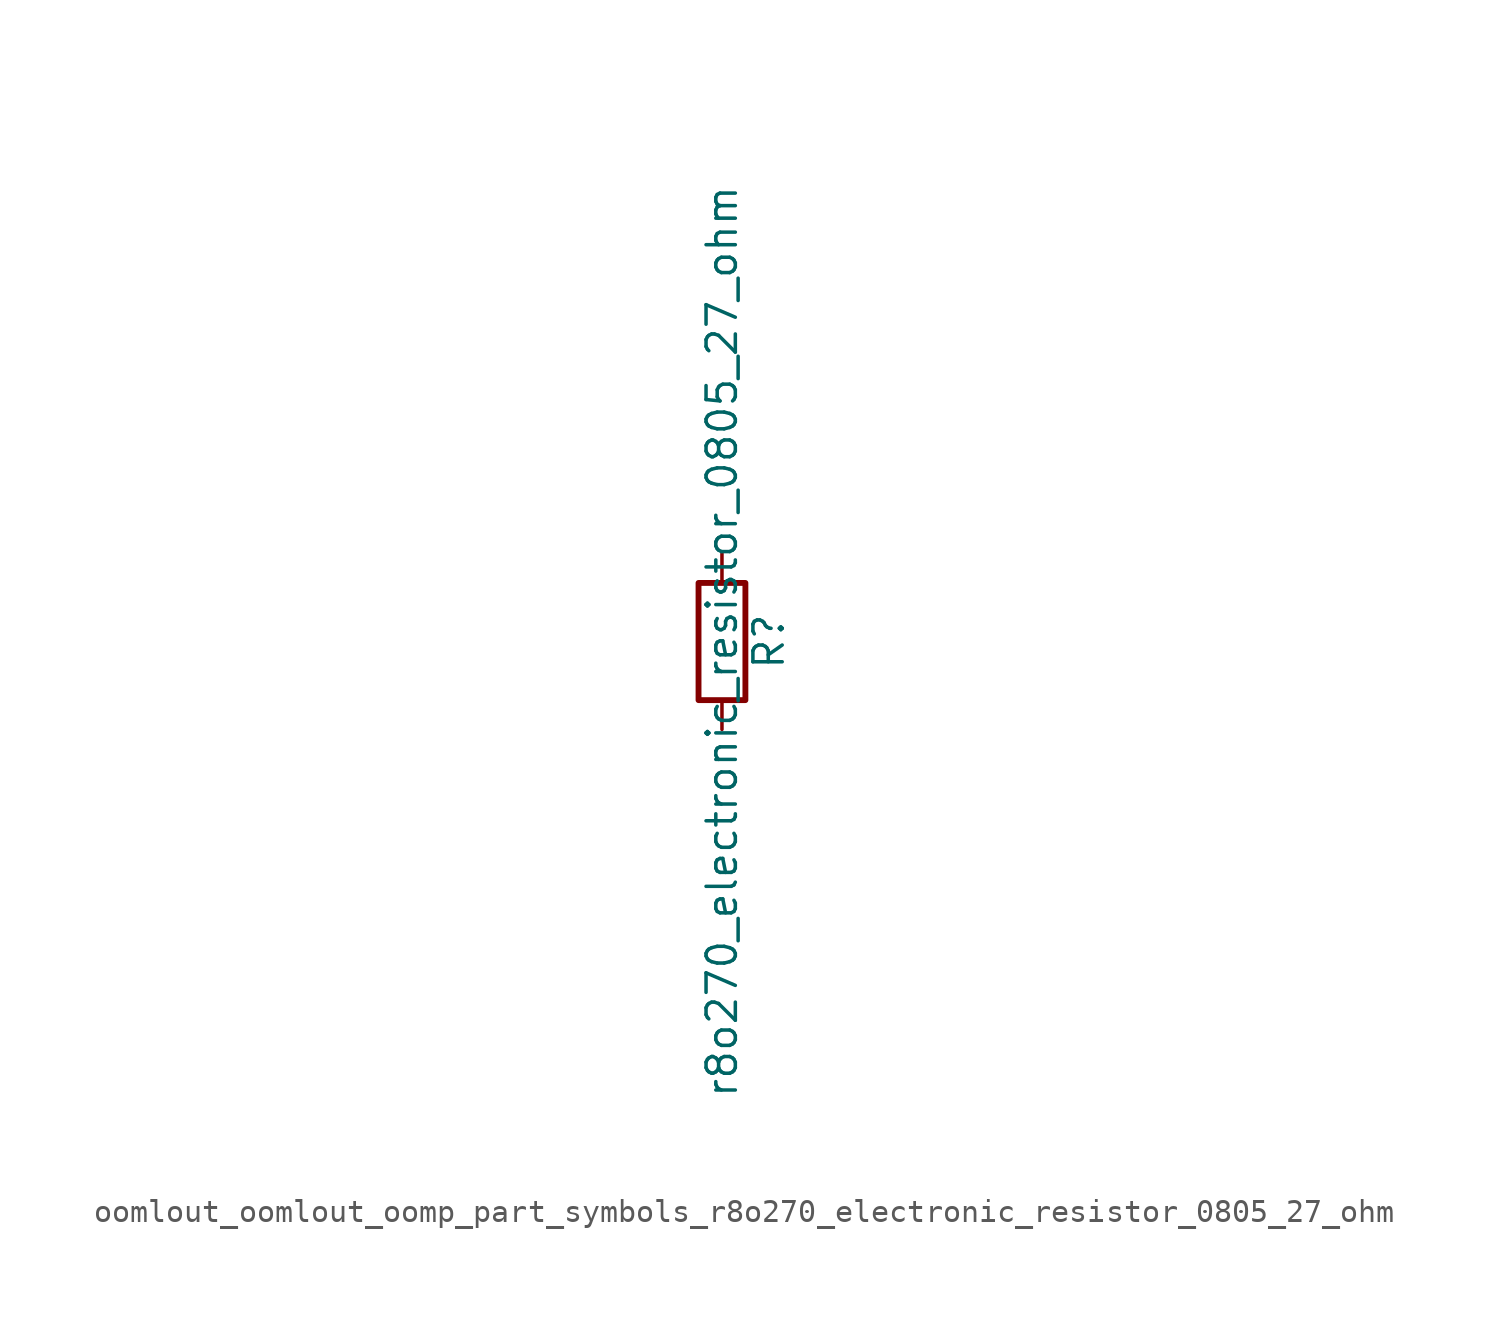
<source format=kicad_sym>
(kicad_symbol_lib
  (version 20220914)
  (generator kicad_symbol_editor)
  (symbol "oomlout_oomlout_oomp_part_symbols_r8o270_electronic_resistor_0805_27_ohm"
    (pin_numbers hide)
    (pin_names
      (offset 0))
    (property "Reference" "R"
      (at 2.032 0 90)
      (effects (font (size 1.27 1.27))))
    (property "Value" "r8o270_electronic_resistor_0805_27_ohm"
      (at 0 0 90)
      (effects (font (size 1.27 1.27))))
    (symbol "oomlout_oomlout_oomp_part_symbols_r8o270_electronic_resistor_0805_27_ohm_0_1"
      (rectangle (start -1.016 -2.54) (end 1.016 2.54) (stroke (width 0.254) (type default)) (fill (type none))))
    (symbol "oomlout_oomlout_oomp_part_symbols_r8o270_electronic_resistor_0805_27_ohm_1_1"
      (pin passive line (at 0 3.81 270) (length 1.27) (name "~" (effects (font (size 1.27 1.27)))) (number "1" (effects (font (size 1.27 1.27)))))
      (pin passive line (at 0 -3.81 90) (length 1.27) (name "~" (effects (font (size 1.27 1.27)))) (number "2" (effects (font (size 1.27 1.27))))))))
</source>
